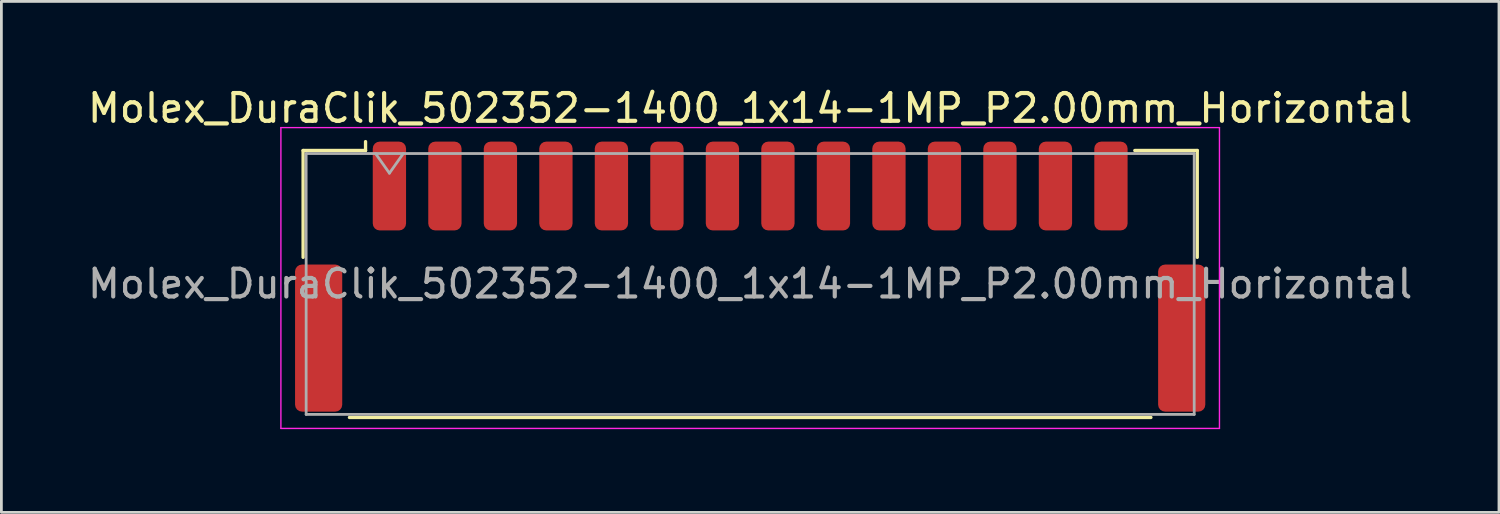
<source format=kicad_pcb>
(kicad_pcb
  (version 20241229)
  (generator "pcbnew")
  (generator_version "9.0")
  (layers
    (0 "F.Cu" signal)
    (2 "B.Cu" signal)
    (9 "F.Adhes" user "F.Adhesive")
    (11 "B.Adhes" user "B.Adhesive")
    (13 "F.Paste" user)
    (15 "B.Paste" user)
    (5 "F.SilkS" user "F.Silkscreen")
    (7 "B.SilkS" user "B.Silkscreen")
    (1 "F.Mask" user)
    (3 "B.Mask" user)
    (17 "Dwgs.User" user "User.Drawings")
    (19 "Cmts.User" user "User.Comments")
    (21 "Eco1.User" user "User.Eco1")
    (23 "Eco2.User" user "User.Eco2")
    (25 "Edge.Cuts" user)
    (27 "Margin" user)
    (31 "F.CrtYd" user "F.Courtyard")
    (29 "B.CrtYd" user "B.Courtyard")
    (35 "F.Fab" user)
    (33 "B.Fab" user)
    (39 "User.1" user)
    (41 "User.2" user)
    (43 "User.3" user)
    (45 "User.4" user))
  (footprint "Molex_DuraClik_502352-1400_1x14-1MP_P2.00mm_Horizontal"
    (layer "F.Cu")
    (at 23.982 6.918)
    (property "Reference" "Molex_DuraClik_502352-1400_1x14-1MP_P2.00mm_Horizontal" (at 0 -6.07 0) (layer "F.SilkS") (effects (font (size 1 1) (thickness 0.15))))
    (attr smd)
    (fp_line (start -16.11 -4.545) (end -13.86 -4.545) (stroke (width 0.12) (type solid)) (layer "F.SilkS"))
    (fp_line (start -16.11 -0.695) (end -16.11 -4.545) (stroke (width 0.12) (type solid)) (layer "F.SilkS"))
    (fp_line (start -14.44 5.075) (end 14.44 5.075) (stroke (width 0.12) (type solid)) (layer "F.SilkS"))
    (fp_line (start -13.86 -4.545) (end -13.86 -4.865) (stroke (width 0.12) (type solid)) (layer "F.SilkS"))
    (fp_line (start 16.11 -4.545) (end 13.86 -4.545) (stroke (width 0.12) (type solid)) (layer "F.SilkS"))
    (fp_line (start 16.11 -0.695) (end 16.11 -4.545) (stroke (width 0.12) (type solid)) (layer "F.SilkS"))
    (fp_line (start -16.91 -5.37) (end -16.91 5.47) (stroke (width 0.05) (type solid)) (layer "F.CrtYd"))
    (fp_line (start -16.91 5.47) (end 16.91 5.47) (stroke (width 0.05) (type solid)) (layer "F.CrtYd"))
    (fp_line (start 16.91 -5.37) (end -16.91 -5.37) (stroke (width 0.05) (type solid)) (layer "F.CrtYd"))
    (fp_line (start 16.91 5.47) (end 16.91 -5.37) (stroke (width 0.05) (type solid)) (layer "F.CrtYd"))
    (fp_line (start -16 -4.435) (end -16 4.965) (stroke (width 0.1) (type solid)) (layer "F.Fab"))
    (fp_line (start -16 -4.435) (end 16 -4.435) (stroke (width 0.1) (type solid)) (layer "F.Fab"))
    (fp_line (start -16 4.965) (end 16 4.965) (stroke (width 0.1) (type solid)) (layer "F.Fab"))
    (fp_line (start -13.5 -4.435) (end -13 -3.728) (stroke (width 0.1) (type solid)) (layer "F.Fab"))
    (fp_line (start -13 -3.728) (end -12.5 -4.435) (stroke (width 0.1) (type solid)) (layer "F.Fab"))
    (fp_line (start 16 -4.435) (end 16 4.965) (stroke (width 0.1) (type solid)) (layer "F.Fab"))
    (fp_text user "${REFERENCE}" (at 0 0.26 0) (layer "F.Fab") (effects (font (size 1 1) (thickness 0.15))))
    (pad "1" smd roundrect (at -13 -3.265) (size 1.2 3.2) (layers "F.Cu" "F.Mask" "F.Paste") (roundrect_rratio 0.208))
    (pad "2" smd roundrect (at -11 -3.265) (size 1.2 3.2) (layers "F.Cu" "F.Mask" "F.Paste") (roundrect_rratio 0.208))
    (pad "3" smd roundrect (at -9 -3.265) (size 1.2 3.2) (layers "F.Cu" "F.Mask" "F.Paste") (roundrect_rratio 0.208))
    (pad "4" smd roundrect (at -7 -3.265) (size 1.2 3.2) (layers "F.Cu" "F.Mask" "F.Paste") (roundrect_rratio 0.208))
    (pad "5" smd roundrect (at -5 -3.265) (size 1.2 3.2) (layers "F.Cu" "F.Mask" "F.Paste") (roundrect_rratio 0.208))
    (pad "6" smd roundrect (at -3 -3.265) (size 1.2 3.2) (layers "F.Cu" "F.Mask" "F.Paste") (roundrect_rratio 0.208))
    (pad "7" smd roundrect (at -1 -3.265) (size 1.2 3.2) (layers "F.Cu" "F.Mask" "F.Paste") (roundrect_rratio 0.208))
    (pad "8" smd roundrect (at 1 -3.265) (size 1.2 3.2) (layers "F.Cu" "F.Mask" "F.Paste") (roundrect_rratio 0.208))
    (pad "9" smd roundrect (at 3 -3.265) (size 1.2 3.2) (layers "F.Cu" "F.Mask" "F.Paste") (roundrect_rratio 0.208))
    (pad "10" smd roundrect (at 5 -3.265) (size 1.2 3.2) (layers "F.Cu" "F.Mask" "F.Paste") (roundrect_rratio 0.208))
    (pad "11" smd roundrect (at 7 -3.265) (size 1.2 3.2) (layers "F.Cu" "F.Mask" "F.Paste") (roundrect_rratio 0.208))
    (pad "12" smd roundrect (at 9 -3.265) (size 1.2 3.2) (layers "F.Cu" "F.Mask" "F.Paste") (roundrect_rratio 0.208))
    (pad "13" smd roundrect (at 11 -3.265) (size 1.2 3.2) (layers "F.Cu" "F.Mask" "F.Paste") (roundrect_rratio 0.208))
    (pad "14" smd roundrect (at 13 -3.265) (size 1.2 3.2) (layers "F.Cu" "F.Mask" "F.Paste") (roundrect_rratio 0.208))
    (pad "MP" smd roundrect (at -15.55 2.215) (size 1.7 5.3) (layers "F.Cu" "F.Mask" "F.Paste") (roundrect_rratio 0.147))
    (pad "MP" smd roundrect (at 15.55 2.215) (size 1.7 5.3) (layers "F.Cu" "F.Mask" "F.Paste") (roundrect_rratio 0.147)))
  (gr_rect
    (start -3 -3)
    (end 50.964 15.413)
    (stroke (width 0.1) (type default))
    (fill no)
    (layer "Edge.Cuts")))
</source>
